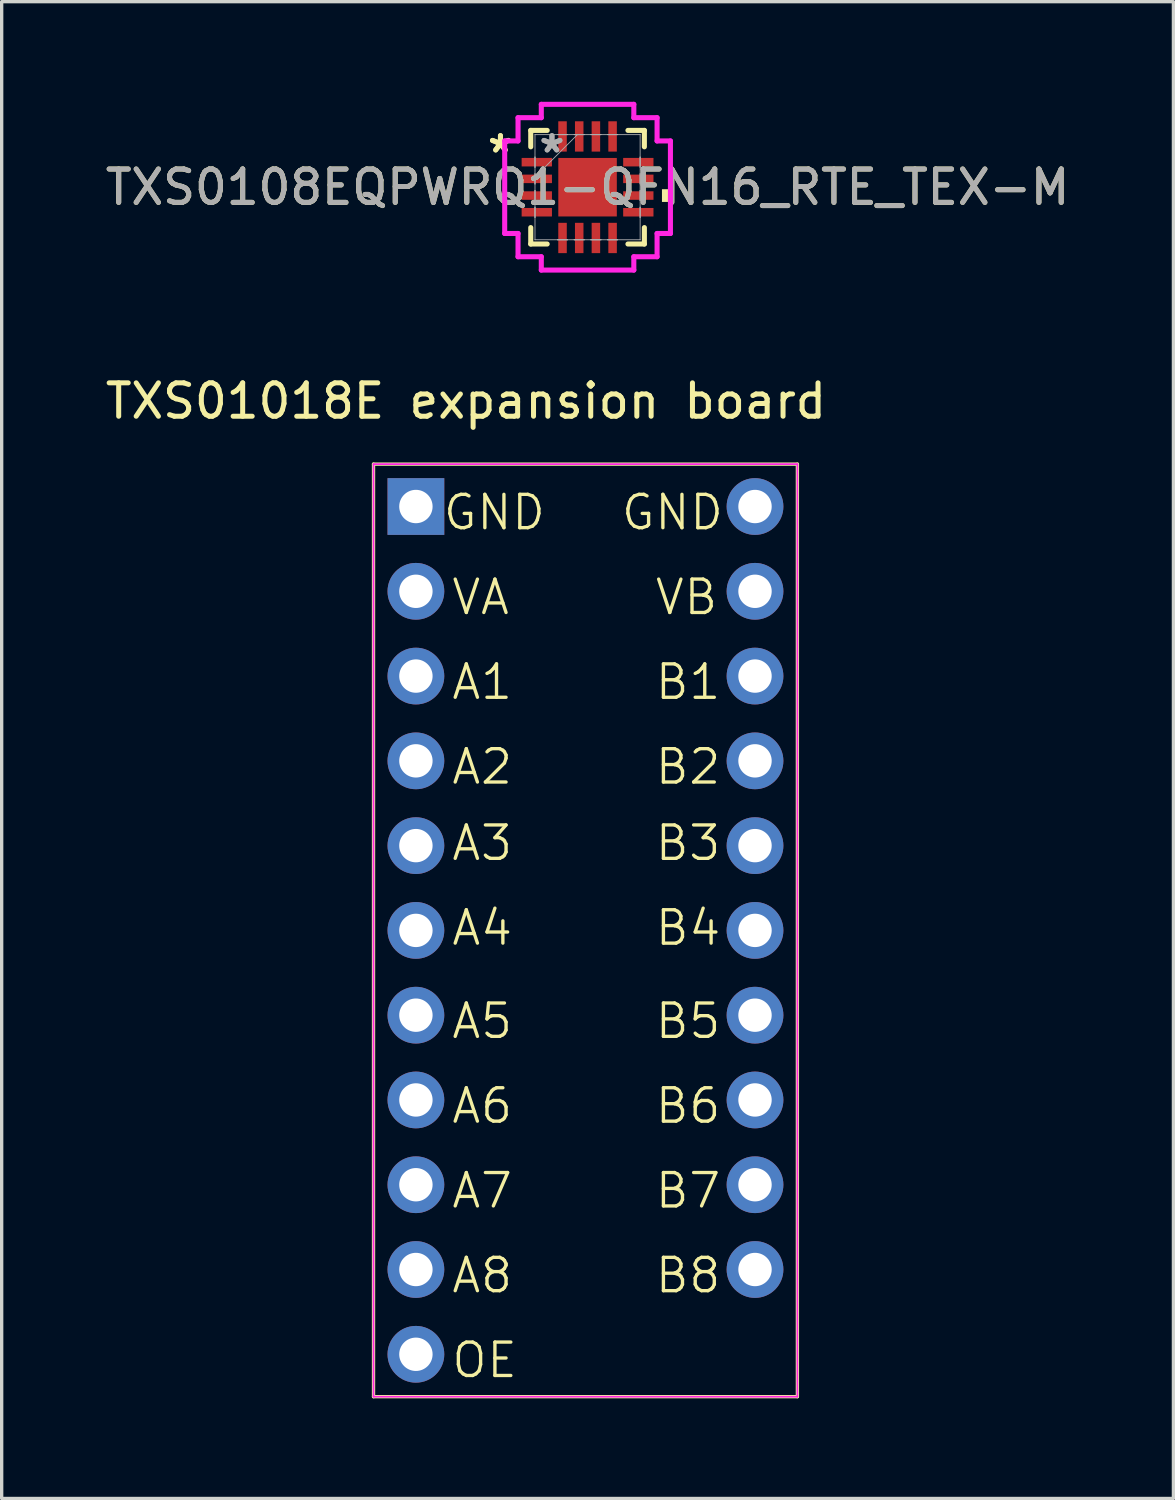
<source format=kicad_pcb>
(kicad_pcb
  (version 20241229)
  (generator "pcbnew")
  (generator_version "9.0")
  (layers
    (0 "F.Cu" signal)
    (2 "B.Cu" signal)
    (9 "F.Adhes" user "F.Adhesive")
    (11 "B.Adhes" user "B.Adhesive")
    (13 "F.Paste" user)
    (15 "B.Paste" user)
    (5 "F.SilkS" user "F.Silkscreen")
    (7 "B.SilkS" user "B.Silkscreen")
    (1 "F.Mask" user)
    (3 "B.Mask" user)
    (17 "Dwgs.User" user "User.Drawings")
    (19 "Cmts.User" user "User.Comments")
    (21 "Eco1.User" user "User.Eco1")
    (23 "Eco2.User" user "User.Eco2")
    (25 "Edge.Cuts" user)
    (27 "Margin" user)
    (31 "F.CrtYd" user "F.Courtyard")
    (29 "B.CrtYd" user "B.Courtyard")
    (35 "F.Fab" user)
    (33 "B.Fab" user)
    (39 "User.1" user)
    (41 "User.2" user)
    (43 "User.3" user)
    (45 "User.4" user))
  (footprint "TXS01018E expansion board"
    (layer "F.Cu")
    (at 9.411 9.586)
    (property "Reference" "TXS01018E expansion board" (at 1.5 -0.62 0) (layer "F.SilkS") (effects (font (size 1 1) (thickness 0.15))))
    (attr through_hole)
    (fp_line (start -1.27 1.27) (end 11.43 1.27) (stroke (width 0.1) (type default)) (layer "F.SilkS"))
    (fp_line (start -1.27 29.21) (end -1.27 1.27) (stroke (width 0.1) (type default)) (layer "F.SilkS"))
    (fp_line (start -1.27 29.21) (end 11.43 29.21) (stroke (width 0.1) (type default)) (layer "F.SilkS"))
    (fp_line (start 11.43 1.27) (end 11.43 29.21) (stroke (width 0.1) (type default)) (layer "F.SilkS"))
    (fp_line (start -1.27 1.27) (end 11.43 1.27) (stroke (width 0.05) (type default)) (layer "F.CrtYd"))
    (fp_line (start -1.27 29.21) (end -1.27 1.27) (stroke (width 0.05) (type default)) (layer "F.CrtYd"))
    (fp_line (start 11.43 1.27) (end 11.43 29.21) (stroke (width 0.05) (type default)) (layer "F.CrtYd"))
    (fp_line (start 11.43 29.21) (end -1.27 29.21) (stroke (width 0.05) (type default)) (layer "F.CrtYd"))
    (fp_text user "A6" (at 1.016 21.082 0) (unlocked yes) (layer "F.SilkS") (effects (font (size 1 1) (thickness 0.1)) (justify left bottom)))
    (fp_text user "A4" (at 1.016 15.748 0) (unlocked yes) (layer "F.SilkS") (effects (font (size 1 1) (thickness 0.1)) (justify left bottom)))
    (fp_text user "A8" (at 1.016 26.162 0) (unlocked yes) (layer "F.SilkS") (effects (font (size 1 1) (thickness 0.1)) (justify left bottom)))
    (fp_text user "GND" (at 0.762 3.302 0) (unlocked yes) (layer "F.SilkS") (effects (font (size 1 1) (thickness 0.1)) (justify left bottom)))
    (fp_text user "OE" (at 1.016 28.702 0) (unlocked yes) (layer "F.SilkS") (effects (font (size 1 1) (thickness 0.1)) (justify left bottom)))
    (fp_text user "A5" (at 1.016 18.542 0) (unlocked yes) (layer "F.SilkS") (effects (font (size 1 1) (thickness 0.1)) (justify left bottom)))
    (fp_text user "B6" (at 7.112 21.082 0) (unlocked yes) (layer "F.SilkS") (effects (font (size 1 1) (thickness 0.1)) (justify left bottom)))
    (fp_text user "B2" (at 7.112 10.922 0) (unlocked yes) (layer "F.SilkS") (effects (font (size 1 1) (thickness 0.1)) (justify left bottom)))
    (fp_text user "A1" (at 1.016 8.382 0) (unlocked yes) (layer "F.SilkS") (effects (font (size 1 1) (thickness 0.1)) (justify left bottom)))
    (fp_text user "B3" (at 7.112 13.208 0) (unlocked yes) (layer "F.SilkS") (effects (font (size 1 1) (thickness 0.1)) (justify left bottom)))
    (fp_text user "A2" (at 1.016 10.922 0) (unlocked yes) (layer "F.SilkS") (effects (font (size 1 1) (thickness 0.1)) (justify left bottom)))
    (fp_text user "B8" (at 7.112 26.162 0) (unlocked yes) (layer "F.SilkS") (effects (font (size 1 1) (thickness 0.1)) (justify left bottom)))
    (fp_text user "A7" (at 1.016 23.622 0) (unlocked yes) (layer "F.SilkS") (effects (font (size 1 1) (thickness 0.1)) (justify left bottom)))
    (fp_text user "B7" (at 7.112 23.622 0) (unlocked yes) (layer "F.SilkS") (effects (font (size 1 1) (thickness 0.1)) (justify left bottom)))
    (fp_text user "B4" (at 7.112 15.748 0) (unlocked yes) (layer "F.SilkS") (effects (font (size 1 1) (thickness 0.1)) (justify left bottom)))
    (fp_text user "VB" (at 7.112 5.842 0) (unlocked yes) (layer "F.SilkS") (effects (font (size 1 1) (thickness 0.1)) (justify left bottom)))
    (fp_text user "VA" (at 1.016 5.842 0) (unlocked yes) (layer "F.SilkS") (effects (font (size 1 1) (thickness 0.1)) (justify left bottom)))
    (fp_text user "A3" (at 1.016 13.208 0) (unlocked yes) (layer "F.SilkS") (effects (font (size 1 1) (thickness 0.1)) (justify left bottom)))
    (fp_text user "B5" (at 7.112 18.542 0) (unlocked yes) (layer "F.SilkS") (effects (font (size 1 1) (thickness 0.1)) (justify left bottom)))
    (fp_text user "GND" (at 6.096 3.302 0) (unlocked yes) (layer "F.SilkS") (effects (font (size 1 1) (thickness 0.1)) (justify left bottom)))
    (fp_text user "B1" (at 7.112 8.382 0) (unlocked yes) (layer "F.SilkS") (effects (font (size 1 1) (thickness 0.1)) (justify left bottom)))
    (pad "1" thru_hole rect (at 0 2.54) (size 1.7 1.7) (drill 1) (layers "*.Cu" "*.Mask"))
    (pad "2" thru_hole circle (at 0 5.08) (size 1.7 1.7) (drill 1) (layers "*.Cu" "*.Mask"))
    (pad "3" thru_hole circle (at 0 7.62) (size 1.7 1.7) (drill 1) (layers "*.Cu" "*.Mask"))
    (pad "4" thru_hole circle (at 0 10.16) (size 1.7 1.7) (drill 1) (layers "*.Cu" "*.Mask"))
    (pad "5" thru_hole circle (at 0 12.7) (size 1.7 1.7) (drill 1) (layers "*.Cu" "*.Mask"))
    (pad "6" thru_hole circle (at 0 15.24) (size 1.7 1.7) (drill 1) (layers "*.Cu" "*.Mask"))
    (pad "7" thru_hole circle (at 0 17.78) (size 1.7 1.7) (drill 1) (layers "*.Cu" "*.Mask"))
    (pad "8" thru_hole circle (at 0 20.32) (size 1.7 1.7) (drill 1) (layers "*.Cu" "*.Mask"))
    (pad "9" thru_hole circle (at 0 22.86) (size 1.7 1.7) (drill 1) (layers "*.Cu" "*.Mask"))
    (pad "10" thru_hole circle (at 0 25.4) (size 1.7 1.7) (drill 1) (layers "*.Cu" "*.Mask"))
    (pad "11" thru_hole circle (at 0 27.94) (size 1.7 1.7) (drill 1) (layers "*.Cu" "*.Mask"))
    (pad "12" thru_hole circle (at 10.16 2.54) (size 1.7 1.7) (drill 1) (layers "*.Cu" "*.Mask"))
    (pad "13" thru_hole circle (at 10.16 5.08) (size 1.7 1.7) (drill 1) (layers "*.Cu" "*.Mask"))
    (pad "14" thru_hole circle (at 10.16 7.62) (size 1.7 1.7) (drill 1) (layers "*.Cu" "*.Mask"))
    (pad "15" thru_hole circle (at 10.16 10.16) (size 1.7 1.7) (drill 1) (layers "*.Cu" "*.Mask"))
    (pad "16" thru_hole circle (at 10.16 12.7) (size 1.7 1.7) (drill 1) (layers "*.Cu" "*.Mask"))
    (pad "17" thru_hole circle (at 10.16 15.24) (size 1.7 1.7) (drill 1) (layers "*.Cu" "*.Mask"))
    (pad "18" thru_hole circle (at 10.16 17.78) (size 1.7 1.7) (drill 1) (layers "*.Cu" "*.Mask"))
    (pad "19" thru_hole circle (at 10.16 20.32) (size 1.7 1.7) (drill 1) (layers "*.Cu" "*.Mask"))
    (pad "20" thru_hole circle (at 10.16 22.86) (size 1.7 1.7) (drill 1) (layers "*.Cu" "*.Mask"))
    (pad "21" thru_hole circle (at 10.16 25.4) (size 1.7 1.7) (drill 1) (layers "*.Cu" "*.Mask")))
  (footprint "TXS0108EQPWRQ1-QFN16_RTE_TEX-M"
    (layer "F.Cu")
    (at 14.554 2.559)
    (property "Reference" "TXS0108EQPWRQ1-QFN16_RTE_TEX-M" (at 0 0 0) (unlocked yes) (layer "F.SilkS") (effects (font (size 1 1) (thickness 0.15))))
    (attr smd)
    (fp_line (start -1.702 -1.702) (end -1.702 -1.21) (stroke (width 0.152) (type solid)) (layer "F.SilkS"))
    (fp_line (start -1.702 1.21) (end -1.702 1.702) (stroke (width 0.152) (type solid)) (layer "F.SilkS"))
    (fp_line (start -1.702 1.702) (end -1.21 1.702) (stroke (width 0.152) (type solid)) (layer "F.SilkS"))
    (fp_line (start -1.21 -1.702) (end -1.702 -1.702) (stroke (width 0.152) (type solid)) (layer "F.SilkS"))
    (fp_line (start 1.21 1.702) (end 1.702 1.702) (stroke (width 0.152) (type solid)) (layer "F.SilkS"))
    (fp_line (start 1.702 -1.702) (end 1.21 -1.702) (stroke (width 0.152) (type solid)) (layer "F.SilkS"))
    (fp_line (start 1.702 -1.21) (end 1.702 -1.702) (stroke (width 0.152) (type solid)) (layer "F.SilkS"))
    (fp_line (start 1.702 1.702) (end 1.702 1.21) (stroke (width 0.152) (type solid)) (layer "F.SilkS"))
    (fp_poly (pts (xy 2.483 0.06) (xy 2.483 0.441) (xy 2.229 0.441) (xy 2.229 0.06)) (stroke (width 0) (type solid)) (fill yes) (layer "F.SilkS"))
    (fp_line (start -2.483 -1.386) (end -2.083 -1.386) (stroke (width 0.152) (type solid)) (layer "F.CrtYd"))
    (fp_line (start -2.483 1.386) (end -2.483 -1.386) (stroke (width 0.152) (type solid)) (layer "F.CrtYd"))
    (fp_line (start -2.083 -2.083) (end -1.386 -2.083) (stroke (width 0.152) (type solid)) (layer "F.CrtYd"))
    (fp_line (start -2.083 -1.386) (end -2.083 -2.083) (stroke (width 0.152) (type solid)) (layer "F.CrtYd"))
    (fp_line (start -2.083 1.386) (end -2.483 1.386) (stroke (width 0.152) (type solid)) (layer "F.CrtYd"))
    (fp_line (start -2.083 2.083) (end -2.083 1.386) (stroke (width 0.152) (type solid)) (layer "F.CrtYd"))
    (fp_line (start -1.386 -2.483) (end 1.386 -2.483) (stroke (width 0.152) (type solid)) (layer "F.CrtYd"))
    (fp_line (start -1.386 -2.083) (end -1.386 -2.483) (stroke (width 0.152) (type solid)) (layer "F.CrtYd"))
    (fp_line (start -1.386 2.083) (end -2.083 2.083) (stroke (width 0.152) (type solid)) (layer "F.CrtYd"))
    (fp_line (start -1.386 2.483) (end -1.386 2.083) (stroke (width 0.152) (type solid)) (layer "F.CrtYd"))
    (fp_line (start 1.386 -2.483) (end 1.386 -2.083) (stroke (width 0.152) (type solid)) (layer "F.CrtYd"))
    (fp_line (start 1.386 -2.083) (end 2.083 -2.083) (stroke (width 0.152) (type solid)) (layer "F.CrtYd"))
    (fp_line (start 1.386 2.083) (end 1.386 2.483) (stroke (width 0.152) (type solid)) (layer "F.CrtYd"))
    (fp_line (start 1.386 2.483) (end -1.386 2.483) (stroke (width 0.152) (type solid)) (layer "F.CrtYd"))
    (fp_line (start 2.083 -2.083) (end 2.083 -1.386) (stroke (width 0.152) (type solid)) (layer "F.CrtYd"))
    (fp_line (start 2.083 -1.386) (end 2.483 -1.386) (stroke (width 0.152) (type solid)) (layer "F.CrtYd"))
    (fp_line (start 2.083 1.386) (end 2.083 2.083) (stroke (width 0.152) (type solid)) (layer "F.CrtYd"))
    (fp_line (start 2.083 2.083) (end 1.386 2.083) (stroke (width 0.152) (type solid)) (layer "F.CrtYd"))
    (fp_line (start 2.483 -1.386) (end 2.483 1.386) (stroke (width 0.152) (type solid)) (layer "F.CrtYd"))
    (fp_line (start 2.483 1.386) (end 2.083 1.386) (stroke (width 0.152) (type solid)) (layer "F.CrtYd"))
    (fp_line (start -1.575 -1.575) (end -1.575 -1.575) (stroke (width 0.025) (type solid)) (layer "F.Fab"))
    (fp_line (start -1.575 -1.575) (end -1.575 1.575) (stroke (width 0.025) (type solid)) (layer "F.Fab"))
    (fp_line (start -1.575 -0.903) (end -1.575 -0.903) (stroke (width 0.025) (type solid)) (layer "F.Fab"))
    (fp_line (start -1.575 -0.903) (end -1.575 -0.598) (stroke (width 0.025) (type solid)) (layer "F.Fab"))
    (fp_line (start -1.575 -0.598) (end -1.575 -0.903) (stroke (width 0.025) (type solid)) (layer "F.Fab"))
    (fp_line (start -1.575 -0.598) (end -1.575 -0.598) (stroke (width 0.025) (type solid)) (layer "F.Fab"))
    (fp_line (start -1.575 -0.402) (end -1.575 -0.402) (stroke (width 0.025) (type solid)) (layer "F.Fab"))
    (fp_line (start -1.575 -0.402) (end -1.575 -0.098) (stroke (width 0.025) (type solid)) (layer "F.Fab"))
    (fp_line (start -1.575 -0.305) (end -0.305 -1.575) (stroke (width 0.025) (type solid)) (layer "F.Fab"))
    (fp_line (start -1.575 -0.098) (end -1.575 -0.402) (stroke (width 0.025) (type solid)) (layer "F.Fab"))
    (fp_line (start -1.575 -0.098) (end -1.575 -0.098) (stroke (width 0.025) (type solid)) (layer "F.Fab"))
    (fp_line (start -1.575 0.098) (end -1.575 0.098) (stroke (width 0.025) (type solid)) (layer "F.Fab"))
    (fp_line (start -1.575 0.098) (end -1.575 0.402) (stroke (width 0.025) (type solid)) (layer "F.Fab"))
    (fp_line (start -1.575 0.402) (end -1.575 0.098) (stroke (width 0.025) (type solid)) (layer "F.Fab"))
    (fp_line (start -1.575 0.402) (end -1.575 0.402) (stroke (width 0.025) (type solid)) (layer "F.Fab"))
    (fp_line (start -1.575 0.598) (end -1.575 0.598) (stroke (width 0.025) (type solid)) (layer "F.Fab"))
    (fp_line (start -1.575 0.598) (end -1.575 0.903) (stroke (width 0.025) (type solid)) (layer "F.Fab"))
    (fp_line (start -1.575 0.903) (end -1.575 0.598) (stroke (width 0.025) (type solid)) (layer "F.Fab"))
    (fp_line (start -1.575 0.903) (end -1.575 0.903) (stroke (width 0.025) (type solid)) (layer "F.Fab"))
    (fp_line (start -1.575 1.575) (end -1.575 1.575) (stroke (width 0.025) (type solid)) (layer "F.Fab"))
    (fp_line (start -1.575 1.575) (end 1.575 1.575) (stroke (width 0.025) (type solid)) (layer "F.Fab"))
    (fp_line (start -0.903 -1.575) (end -0.903 -1.575) (stroke (width 0.025) (type solid)) (layer "F.Fab"))
    (fp_line (start -0.903 -1.575) (end -0.598 -1.575) (stroke (width 0.025) (type solid)) (layer "F.Fab"))
    (fp_line (start -0.903 1.575) (end -0.903 1.575) (stroke (width 0.025) (type solid)) (layer "F.Fab"))
    (fp_line (start -0.903 1.575) (end -0.598 1.575) (stroke (width 0.025) (type solid)) (layer "F.Fab"))
    (fp_line (start -0.598 -1.575) (end -0.903 -1.575) (stroke (width 0.025) (type solid)) (layer "F.Fab"))
    (fp_line (start -0.598 -1.575) (end -0.598 -1.575) (stroke (width 0.025) (type solid)) (layer "F.Fab"))
    (fp_line (start -0.598 1.575) (end -0.903 1.575) (stroke (width 0.025) (type solid)) (layer "F.Fab"))
    (fp_line (start -0.598 1.575) (end -0.598 1.575) (stroke (width 0.025) (type solid)) (layer "F.Fab"))
    (fp_line (start -0.402 -1.575) (end -0.402 -1.575) (stroke (width 0.025) (type solid)) (layer "F.Fab"))
    (fp_line (start -0.402 -1.575) (end -0.098 -1.575) (stroke (width 0.025) (type solid)) (layer "F.Fab"))
    (fp_line (start -0.402 1.575) (end -0.402 1.575) (stroke (width 0.025) (type solid)) (layer "F.Fab"))
    (fp_line (start -0.402 1.575) (end -0.098 1.575) (stroke (width 0.025) (type solid)) (layer "F.Fab"))
    (fp_line (start -0.098 -1.575) (end -0.402 -1.575) (stroke (width 0.025) (type solid)) (layer "F.Fab"))
    (fp_line (start -0.098 -1.575) (end -0.098 -1.575) (stroke (width 0.025) (type solid)) (layer "F.Fab"))
    (fp_line (start -0.098 1.575) (end -0.402 1.575) (stroke (width 0.025) (type solid)) (layer "F.Fab"))
    (fp_line (start -0.098 1.575) (end -0.098 1.575) (stroke (width 0.025) (type solid)) (layer "F.Fab"))
    (fp_line (start 0.098 -1.575) (end 0.098 -1.575) (stroke (width 0.025) (type solid)) (layer "F.Fab"))
    (fp_line (start 0.098 -1.575) (end 0.402 -1.575) (stroke (width 0.025) (type solid)) (layer "F.Fab"))
    (fp_line (start 0.098 1.575) (end 0.098 1.575) (stroke (width 0.025) (type solid)) (layer "F.Fab"))
    (fp_line (start 0.098 1.575) (end 0.402 1.575) (stroke (width 0.025) (type solid)) (layer "F.Fab"))
    (fp_line (start 0.402 -1.575) (end 0.098 -1.575) (stroke (width 0.025) (type solid)) (layer "F.Fab"))
    (fp_line (start 0.402 -1.575) (end 0.402 -1.575) (stroke (width 0.025) (type solid)) (layer "F.Fab"))
    (fp_line (start 0.402 1.575) (end 0.098 1.575) (stroke (width 0.025) (type solid)) (layer "F.Fab"))
    (fp_line (start 0.402 1.575) (end 0.402 1.575) (stroke (width 0.025) (type solid)) (layer "F.Fab"))
    (fp_line (start 0.598 -1.575) (end 0.598 -1.575) (stroke (width 0.025) (type solid)) (layer "F.Fab"))
    (fp_line (start 0.598 -1.575) (end 0.903 -1.575) (stroke (width 0.025) (type solid)) (layer "F.Fab"))
    (fp_line (start 0.598 1.575) (end 0.598 1.575) (stroke (width 0.025) (type solid)) (layer "F.Fab"))
    (fp_line (start 0.598 1.575) (end 0.903 1.575) (stroke (width 0.025) (type solid)) (layer "F.Fab"))
    (fp_line (start 0.903 -1.575) (end 0.598 -1.575) (stroke (width 0.025) (type solid)) (layer "F.Fab"))
    (fp_line (start 0.903 -1.575) (end 0.903 -1.575) (stroke (width 0.025) (type solid)) (layer "F.Fab"))
    (fp_line (start 0.903 1.575) (end 0.598 1.575) (stroke (width 0.025) (type solid)) (layer "F.Fab"))
    (fp_line (start 0.903 1.575) (end 0.903 1.575) (stroke (width 0.025) (type solid)) (layer "F.Fab"))
    (fp_line (start 1.575 -1.575) (end -1.575 -1.575) (stroke (width 0.025) (type solid)) (layer "F.Fab"))
    (fp_line (start 1.575 -1.575) (end 1.575 -1.575) (stroke (width 0.025) (type solid)) (layer "F.Fab"))
    (fp_line (start 1.575 -0.903) (end 1.575 -0.903) (stroke (width 0.025) (type solid)) (layer "F.Fab"))
    (fp_line (start 1.575 -0.903) (end 1.575 -0.598) (stroke (width 0.025) (type solid)) (layer "F.Fab"))
    (fp_line (start 1.575 -0.598) (end 1.575 -0.903) (stroke (width 0.025) (type solid)) (layer "F.Fab"))
    (fp_line (start 1.575 -0.598) (end 1.575 -0.598) (stroke (width 0.025) (type solid)) (layer "F.Fab"))
    (fp_line (start 1.575 -0.402) (end 1.575 -0.402) (stroke (width 0.025) (type solid)) (layer "F.Fab"))
    (fp_line (start 1.575 -0.402) (end 1.575 -0.098) (stroke (width 0.025) (type solid)) (layer "F.Fab"))
    (fp_line (start 1.575 -0.098) (end 1.575 -0.402) (stroke (width 0.025) (type solid)) (layer "F.Fab"))
    (fp_line (start 1.575 -0.098) (end 1.575 -0.098) (stroke (width 0.025) (type solid)) (layer "F.Fab"))
    (fp_line (start 1.575 0.098) (end 1.575 0.098) (stroke (width 0.025) (type solid)) (layer "F.Fab"))
    (fp_line (start 1.575 0.098) (end 1.575 0.402) (stroke (width 0.025) (type solid)) (layer "F.Fab"))
    (fp_line (start 1.575 0.402) (end 1.575 0.098) (stroke (width 0.025) (type solid)) (layer "F.Fab"))
    (fp_line (start 1.575 0.402) (end 1.575 0.402) (stroke (width 0.025) (type solid)) (layer "F.Fab"))
    (fp_line (start 1.575 0.598) (end 1.575 0.598) (stroke (width 0.025) (type solid)) (layer "F.Fab"))
    (fp_line (start 1.575 0.598) (end 1.575 0.903) (stroke (width 0.025) (type solid)) (layer "F.Fab"))
    (fp_line (start 1.575 0.903) (end 1.575 0.598) (stroke (width 0.025) (type solid)) (layer "F.Fab"))
    (fp_line (start 1.575 0.903) (end 1.575 0.903) (stroke (width 0.025) (type solid)) (layer "F.Fab"))
    (fp_line (start 1.575 1.575) (end 1.575 -1.575) (stroke (width 0.025) (type solid)) (layer "F.Fab"))
    (fp_line (start 1.575 1.575) (end 1.575 1.575) (stroke (width 0.025) (type solid)) (layer "F.Fab"))
    (fp_text user "*" (at -2.61 -1 0) (layer "F.SilkS") (effects (font (size 1 1) (thickness 0.15))))
    (fp_text user "*" (at -2.61 -1 0) (unlocked yes) (layer "F.SilkS") (effects (font (size 1 1) (thickness 0.15))))
    (fp_text user "${REFERENCE}" (at 0 0 0) (unlocked yes) (layer "F.Fab") (effects (font (size 1 1) (thickness 0.15))))
    (fp_text user "*" (at -1.067 -1 0) (layer "F.Fab") (effects (font (size 1 1) (thickness 0.15))))
    (fp_text user "*" (at -1.067 -1 0) (unlocked yes) (layer "F.Fab") (effects (font (size 1 1) (thickness 0.15))))
    (pad "1" smd rect (at -1.521 -0.75 90) (size 0.255 0.908) (layers "F.Cu" "F.Mask" "F.Paste"))
    (pad "2" smd rect (at -1.521 -0.25 90) (size 0.255 0.908) (layers "F.Cu" "F.Mask" "F.Paste"))
    (pad "3" smd rect (at -1.521 0.25 90) (size 0.255 0.908) (layers "F.Cu" "F.Mask" "F.Paste"))
    (pad "4" smd rect (at -1.521 0.75 90) (size 0.255 0.908) (layers "F.Cu" "F.Mask" "F.Paste"))
    (pad "5" smd rect (at -0.75 1.521) (size 0.255 0.908) (layers "F.Cu" "F.Mask" "F.Paste"))
    (pad "6" smd rect (at -0.25 1.521) (size 0.255 0.908) (layers "F.Cu" "F.Mask" "F.Paste"))
    (pad "7" smd rect (at 0.25 1.521) (size 0.255 0.908) (layers "F.Cu" "F.Mask" "F.Paste"))
    (pad "8" smd rect (at 0.75 1.521) (size 0.255 0.908) (layers "F.Cu" "F.Mask" "F.Paste"))
    (pad "9" smd rect (at 1.521 0.75 90) (size 0.255 0.908) (layers "F.Cu" "F.Mask" "F.Paste"))
    (pad "10" smd rect (at 1.521 0.25 90) (size 0.255 0.908) (layers "F.Cu" "F.Mask" "F.Paste"))
    (pad "11" smd rect (at 1.521 -0.25 90) (size 0.255 0.908) (layers "F.Cu" "F.Mask" "F.Paste"))
    (pad "12" smd rect (at 1.521 -0.75 90) (size 0.255 0.908) (layers "F.Cu" "F.Mask" "F.Paste"))
    (pad "13" smd rect (at 0.75 -1.521) (size 0.255 0.908) (layers "F.Cu" "F.Mask" "F.Paste"))
    (pad "14" smd rect (at 0.25 -1.521) (size 0.255 0.908) (layers "F.Cu" "F.Mask" "F.Paste"))
    (pad "15" smd rect (at -0.25 -1.521) (size 0.255 0.908) (layers "F.Cu" "F.Mask" "F.Paste"))
    (pad "16" smd rect (at -0.75 -1.521) (size 0.255 0.908) (layers "F.Cu" "F.Mask" "F.Paste"))
    (pad "17" smd rect (at 0 0) (size 1.753 1.753) (layers "F.Cu" "F.Mask" "F.Paste")))
  (gr_rect
    (start -3 -3)
    (end 32.107 41.846)
    (stroke (width 0.1) (type default))
    (fill no)
    (layer "Edge.Cuts")))
</source>
